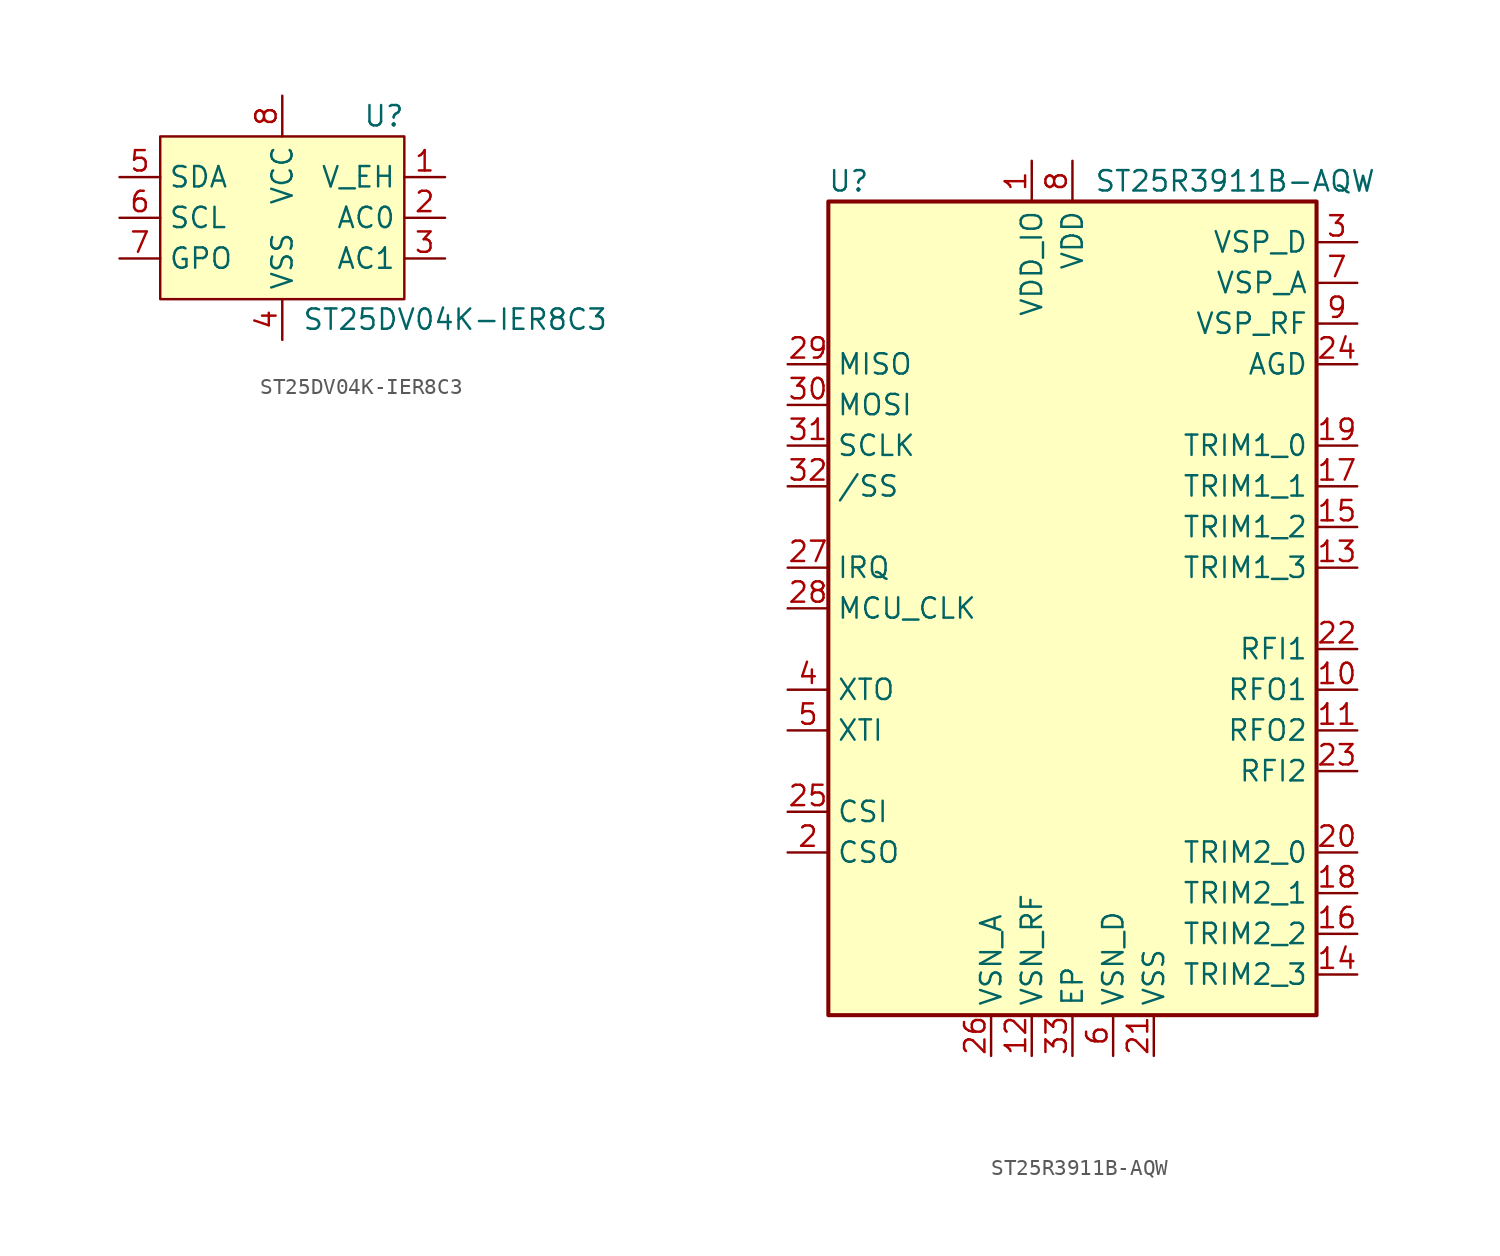
<source format=kicad_sym>
(kicad_symbol_lib
  (version 20241209)
  (generator "kicad_symbol_editor")
  (generator_version "9.0")
  (symbol "ST25DV04K-IER8C3"
    (property "Reference" "U"
      (at 6.35 6.35 0)
      (effects (font (size 1.27 1.27))))
    (property "Value" "ST25DV04K-IER8C3"
      (at 10.795 -6.35 0)
      (effects (font (size 1.27 1.27))))
    (symbol "ST25DV04K-IER8C3_1_1"
      (rectangle (start -7.62 5.08) (end 7.62 -5.08) (stroke (width 0) (type default)) (fill (type background)))
      (pin bidirectional line (at -10.16 2.54 0) (length 2.54) (name "SDA" (effects (font (size 1.27 1.27)))) (number "5" (effects (font (size 1.27 1.27)))))
      (pin input line (at -10.16 0 0) (length 2.54) (name "SCL" (effects (font (size 1.27 1.27)))) (number "6" (effects (font (size 1.27 1.27)))))
      (pin open_collector line (at -10.16 -2.54 0) (length 2.54) (name "GPO" (effects (font (size 1.27 1.27)))) (number "7" (effects (font (size 1.27 1.27)))))
      (pin power_in line (at 0 7.62 270) (length 2.54) (name "VCC" (effects (font (size 1.27 1.27)))) (number "8" (effects (font (size 1.27 1.27)))))
      (pin power_in line (at 0 -7.62 90) (length 2.54) (name "VSS" (effects (font (size 1.27 1.27)))) (number "4" (effects (font (size 1.27 1.27)))))
      (pin no_connect line (at 2.54 5.08 270) (length 2.54) (hide yes) (name "NC" (effects (font (size 1.27 1.27)))) (number "9" (effects (font (size 1.27 1.27)))))
      (pin power_out line (at 10.16 2.54 180) (length 2.54) (name "V_EH" (effects (font (size 1.27 1.27)))) (number "1" (effects (font (size 1.27 1.27)))))
      (pin passive line (at 10.16 0 180) (length 2.54) (name "AC0" (effects (font (size 1.27 1.27)))) (number "2" (effects (font (size 1.27 1.27)))))
      (pin passive line (at 10.16 -2.54 180) (length 2.54) (name "AC1" (effects (font (size 1.27 1.27)))) (number "3" (effects (font (size 1.27 1.27)))))))
  (symbol "ST25R3911B-AQW"
    (property "Reference" "U"
      (at -13.97 26.67 0)
      (effects (font (size 1.27 1.27))))
    (property "Value" "ST25R3911B-AQW"
      (at 10.16 26.67 0)
      (effects (font (size 1.27 1.27))))
    (symbol "ST25R3911B-AQW_0_1"
      (rectangle (start -15.24 25.4) (end 15.24 -25.4) (stroke (width 0.254) (type default)) (fill (type background))))
    (symbol "ST25R3911B-AQW_1_1"
      (pin output line (at -17.78 15.24 0) (length 2.54) (name "MISO" (effects (font (size 1.27 1.27)))) (number "29" (effects (font (size 1.27 1.27)))))
      (pin input line (at -17.78 12.7 0) (length 2.54) (name "MOSI" (effects (font (size 1.27 1.27)))) (number "30" (effects (font (size 1.27 1.27)))))
      (pin input line (at -17.78 10.16 0) (length 2.54) (name "SCLK" (effects (font (size 1.27 1.27)))) (number "31" (effects (font (size 1.27 1.27)))))
      (pin input line (at -17.78 7.62 0) (length 2.54) (name "/SS" (effects (font (size 1.27 1.27)))) (number "32" (effects (font (size 1.27 1.27)))))
      (pin output line (at -17.78 2.54 0) (length 2.54) (name "IRQ" (effects (font (size 1.27 1.27)))) (number "27" (effects (font (size 1.27 1.27)))))
      (pin output line (at -17.78 0 0) (length 2.54) (name "MCU_CLK" (effects (font (size 1.27 1.27)))) (number "28" (effects (font (size 1.27 1.27)))))
      (pin output line (at -17.78 -5.08 0) (length 2.54) (name "XTO" (effects (font (size 1.27 1.27)))) (number "4" (effects (font (size 1.27 1.27)))))
      (pin passive line (at -17.78 -7.62 0) (length 2.54) (name "XTI" (effects (font (size 1.27 1.27)))) (number "5" (effects (font (size 1.27 1.27)))))
      (pin passive line (at -17.78 -12.7 0) (length 2.54) (name "CSI" (effects (font (size 1.27 1.27)))) (number "25" (effects (font (size 1.27 1.27)))))
      (pin output line (at -17.78 -15.24 0) (length 2.54) (name "CSO" (effects (font (size 1.27 1.27)))) (number "2" (effects (font (size 1.27 1.27)))))
      (pin power_in line (at -5.08 -27.94 90) (length 2.54) (name "VSN_A" (effects (font (size 1.27 1.27)))) (number "26" (effects (font (size 1.27 1.27)))))
      (pin power_in line (at -2.54 27.94 270) (length 2.54) (name "VDD_IO" (effects (font (size 1.27 1.27)))) (number "1" (effects (font (size 1.27 1.27)))))
      (pin power_in line (at -2.54 -27.94 90) (length 2.54) (name "VSN_RF" (effects (font (size 1.27 1.27)))) (number "12" (effects (font (size 1.27 1.27)))))
      (pin power_in line (at 0 27.94 270) (length 2.54) (name "VDD" (effects (font (size 1.27 1.27)))) (number "8" (effects (font (size 1.27 1.27)))))
      (pin power_in line (at 0 -27.94 90) (length 2.54) (name "EP" (effects (font (size 1.27 1.27)))) (number "33" (effects (font (size 1.27 1.27)))))
      (pin power_in line (at 2.54 -27.94 90) (length 2.54) (name "VSN_D" (effects (font (size 1.27 1.27)))) (number "6" (effects (font (size 1.27 1.27)))))
      (pin power_in line (at 5.08 -27.94 90) (length 2.54) (name "VSS" (effects (font (size 1.27 1.27)))) (number "21" (effects (font (size 1.27 1.27)))))
      (pin power_out line (at 17.78 22.86 180) (length 2.54) (name "VSP_D" (effects (font (size 1.27 1.27)))) (number "3" (effects (font (size 1.27 1.27)))))
      (pin power_out line (at 17.78 20.32 180) (length 2.54) (name "VSP_A" (effects (font (size 1.27 1.27)))) (number "7" (effects (font (size 1.27 1.27)))))
      (pin power_out line (at 17.78 17.78 180) (length 2.54) (name "VSP_RF" (effects (font (size 1.27 1.27)))) (number "9" (effects (font (size 1.27 1.27)))))
      (pin passive line (at 17.78 15.24 180) (length 2.54) (name "AGD" (effects (font (size 1.27 1.27)))) (number "24" (effects (font (size 1.27 1.27)))))
      (pin passive line (at 17.78 10.16 180) (length 2.54) (name "TRIM1_0" (effects (font (size 1.27 1.27)))) (number "19" (effects (font (size 1.27 1.27)))))
      (pin passive line (at 17.78 7.62 180) (length 2.54) (name "TRIM1_1" (effects (font (size 1.27 1.27)))) (number "17" (effects (font (size 1.27 1.27)))))
      (pin passive line (at 17.78 5.08 180) (length 2.54) (name "TRIM1_2" (effects (font (size 1.27 1.27)))) (number "15" (effects (font (size 1.27 1.27)))))
      (pin passive line (at 17.78 2.54 180) (length 2.54) (name "TRIM1_3" (effects (font (size 1.27 1.27)))) (number "13" (effects (font (size 1.27 1.27)))))
      (pin passive line (at 17.78 -2.54 180) (length 2.54) (name "RFI1" (effects (font (size 1.27 1.27)))) (number "22" (effects (font (size 1.27 1.27)))))
      (pin output line (at 17.78 -5.08 180) (length 2.54) (name "RFO1" (effects (font (size 1.27 1.27)))) (number "10" (effects (font (size 1.27 1.27)))))
      (pin output line (at 17.78 -7.62 180) (length 2.54) (name "RFO2" (effects (font (size 1.27 1.27)))) (number "11" (effects (font (size 1.27 1.27)))))
      (pin passive line (at 17.78 -10.16 180) (length 2.54) (name "RFI2" (effects (font (size 1.27 1.27)))) (number "23" (effects (font (size 1.27 1.27)))))
      (pin passive line (at 17.78 -15.24 180) (length 2.54) (name "TRIM2_0" (effects (font (size 1.27 1.27)))) (number "20" (effects (font (size 1.27 1.27)))))
      (pin passive line (at 17.78 -17.78 180) (length 2.54) (name "TRIM2_1" (effects (font (size 1.27 1.27)))) (number "18" (effects (font (size 1.27 1.27)))))
      (pin passive line (at 17.78 -20.32 180) (length 2.54) (name "TRIM2_2" (effects (font (size 1.27 1.27)))) (number "16" (effects (font (size 1.27 1.27)))))
      (pin passive line (at 17.78 -22.86 180) (length 2.54) (name "TRIM2_3" (effects (font (size 1.27 1.27)))) (number "14" (effects (font (size 1.27 1.27))))))))
</source>
